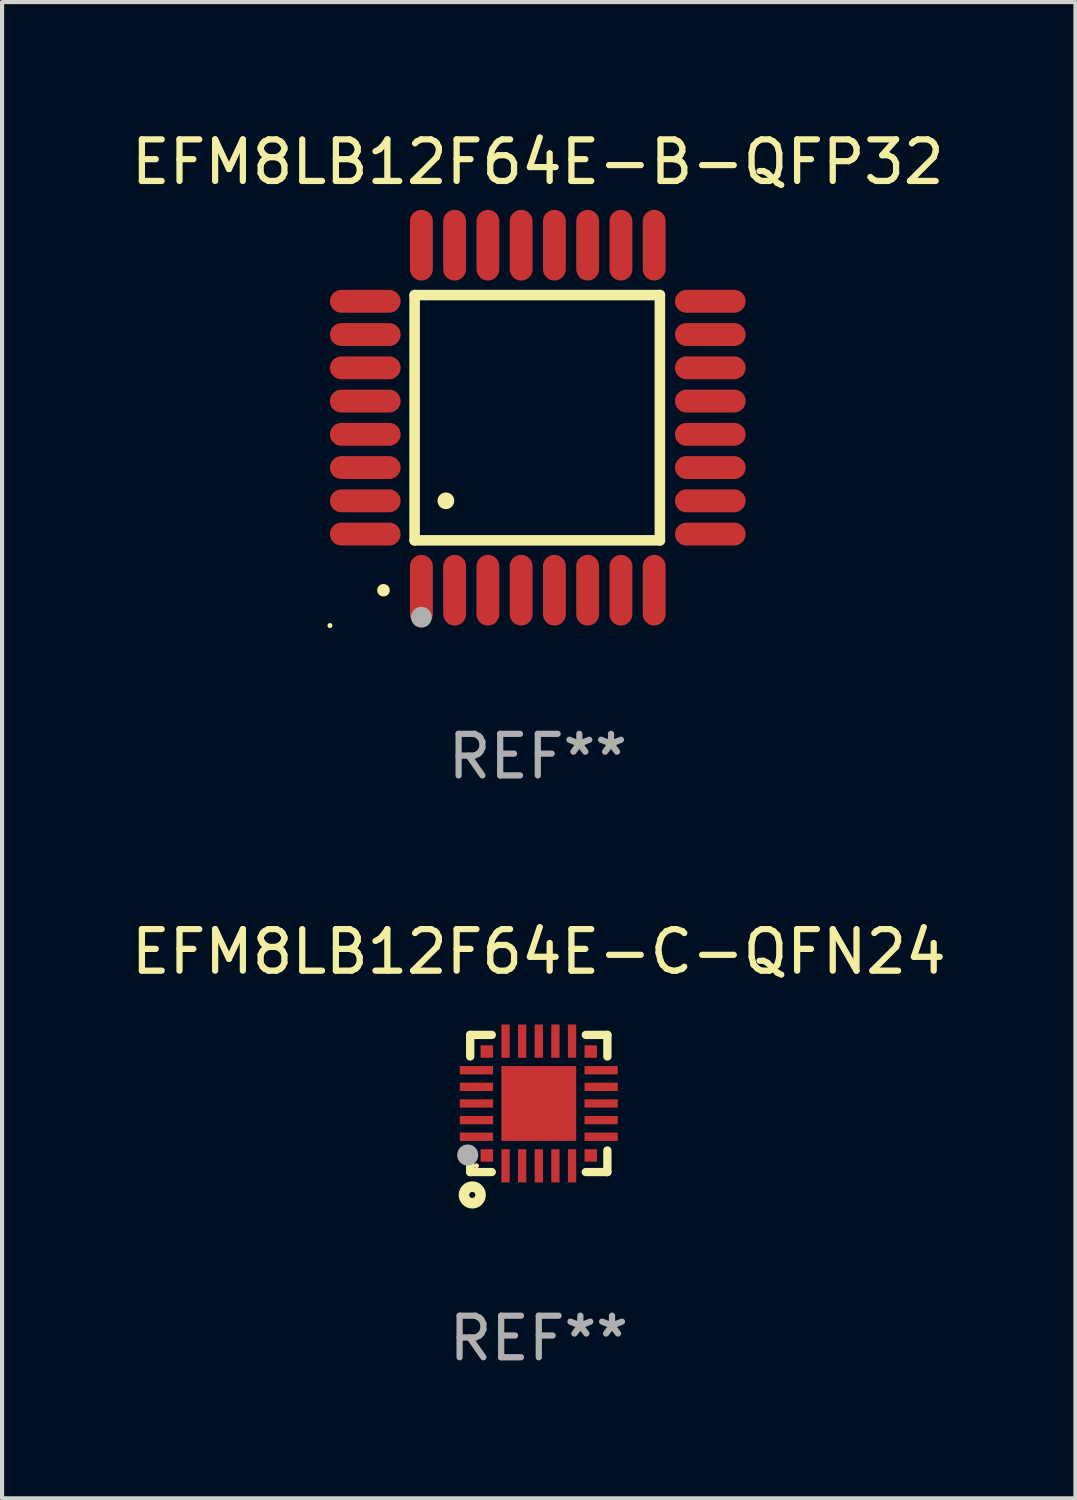
<source format=kicad_pcb>
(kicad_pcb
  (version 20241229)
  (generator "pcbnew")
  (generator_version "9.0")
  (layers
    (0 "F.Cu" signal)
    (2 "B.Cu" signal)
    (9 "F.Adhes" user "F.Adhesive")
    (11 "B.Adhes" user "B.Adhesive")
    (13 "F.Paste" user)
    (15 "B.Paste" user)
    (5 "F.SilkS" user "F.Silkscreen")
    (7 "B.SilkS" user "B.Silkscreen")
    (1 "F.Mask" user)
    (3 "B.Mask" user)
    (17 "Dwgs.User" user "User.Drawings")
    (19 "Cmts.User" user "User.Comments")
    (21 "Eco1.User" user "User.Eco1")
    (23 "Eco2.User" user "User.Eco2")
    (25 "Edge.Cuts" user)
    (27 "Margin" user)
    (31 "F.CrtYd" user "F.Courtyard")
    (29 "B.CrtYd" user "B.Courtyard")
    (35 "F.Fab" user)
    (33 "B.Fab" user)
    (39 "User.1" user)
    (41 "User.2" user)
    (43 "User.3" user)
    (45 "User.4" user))
  (footprint "EFM8LB12F64E-C-QFN24"
    (layer "F.Cu")
    (at 9.911 23.495)
    (property "Reference" "EFM8LB12F64E-C-QFN24" (at 0 -3.65 0) (layer "F.SilkS") (effects (font (size 1 1) (thickness 0.15))))
    (attr through_hole)
    (fp_line (start -1.65 -1.65) (end -1.65 -1.131) (stroke (width 0.2) (type solid)) (layer "F.SilkS"))
    (fp_line (start -1.65 -1.65) (end -1.131 -1.65) (stroke (width 0.2) (type solid)) (layer "F.SilkS"))
    (fp_line (start -1.65 1.131) (end -1.65 1.65) (stroke (width 0.2) (type solid)) (layer "F.SilkS"))
    (fp_line (start -1.65 1.65) (end -1.131 1.65) (stroke (width 0.2) (type solid)) (layer "F.SilkS"))
    (fp_line (start 1.131 -1.65) (end 1.65 -1.65) (stroke (width 0.2) (type solid)) (layer "F.SilkS"))
    (fp_line (start 1.131 1.65) (end 1.65 1.65) (stroke (width 0.2) (type solid)) (layer "F.SilkS"))
    (fp_line (start 1.65 -1.65) (end 1.65 -1.131) (stroke (width 0.2) (type solid)) (layer "F.SilkS"))
    (fp_line (start 1.65 1.131) (end 1.65 1.65) (stroke (width 0.2) (type solid)) (layer "F.SilkS"))
    (fp_circle (center -1.6 2.2) (end -1.4 2.2) (stroke (width 0.254) (type solid)) (fill no) (layer "F.SilkS"))
    (fp_circle (center -1.5 1.5) (end -1.47 1.5) (stroke (width 0.06) (type solid)) (fill no) (layer "F.SilkS"))
    (fp_circle (center -1.71 1.24) (end -1.583 1.24) (stroke (width 0.254) (type solid)) (fill no) (layer "F.Fab"))
    (fp_text user "REF**" (at 0 5.65 0) (layer "F.Fab") (effects (font (size 1 1) (thickness 0.15))))
    (pad "1" smd rect (at -1.25 1.25 90) (size 0.3 0.3) (layers "F.Cu" "F.Mask" "F.Paste"))
    (pad "2" smd rect (at -0.8 1.5) (size 0.2 0.8) (layers "F.Cu" "F.Mask" "F.Paste"))
    (pad "3" smd rect (at -0.4 1.5) (size 0.2 0.8) (layers "F.Cu" "F.Mask" "F.Paste"))
    (pad "4" smd rect (at 0.000051 1.5) (size 0.2 0.8) (layers "F.Cu" "F.Mask" "F.Paste"))
    (pad "5" smd rect (at 0.4 1.5) (size 0.2 0.8) (layers "F.Cu" "F.Mask" "F.Paste"))
    (pad "6" smd rect (at 0.8 1.5) (size 0.2 0.8) (layers "F.Cu" "F.Mask" "F.Paste"))
    (pad "7" smd rect (at 1.25 1.25 90) (size 0.3 0.3) (layers "F.Cu" "F.Mask" "F.Paste"))
    (pad "8" smd rect (at 1.5 0.8) (size 0.8 0.2) (layers "F.Cu" "F.Mask" "F.Paste"))
    (pad "9" smd rect (at 1.5 0.4) (size 0.8 0.2) (layers "F.Cu" "F.Mask" "F.Paste"))
    (pad "10" smd rect (at 1.5 0.000051) (size 0.8 0.2) (layers "F.Cu" "F.Mask" "F.Paste"))
    (pad "11" smd rect (at 1.5 -0.4) (size 0.8 0.2) (layers "F.Cu" "F.Mask" "F.Paste"))
    (pad "12" smd rect (at 1.5 -0.8) (size 0.8 0.2) (layers "F.Cu" "F.Mask" "F.Paste"))
    (pad "13" smd rect (at 1.25 -1.25 270) (size 0.3 0.3) (layers "F.Cu" "F.Mask" "F.Paste"))
    (pad "14" smd rect (at 0.8 -1.5) (size 0.2 0.8) (layers "F.Cu" "F.Mask" "F.Paste"))
    (pad "15" smd rect (at 0.4 -1.5) (size 0.2 0.8) (layers "F.Cu" "F.Mask" "F.Paste"))
    (pad "16" smd rect (at 0.000051 -1.5) (size 0.2 0.8) (layers "F.Cu" "F.Mask" "F.Paste"))
    (pad "17" smd rect (at -0.4 -1.5) (size 0.2 0.8) (layers "F.Cu" "F.Mask" "F.Paste"))
    (pad "18" smd rect (at -0.8 -1.5) (size 0.2 0.8) (layers "F.Cu" "F.Mask" "F.Paste"))
    (pad "19" smd rect (at -1.25 -1.25 90) (size 0.3 0.3) (layers "F.Cu" "F.Mask" "F.Paste"))
    (pad "20" smd rect (at -1.5 -0.8) (size 0.8 0.2) (layers "F.Cu" "F.Mask" "F.Paste"))
    (pad "21" smd rect (at -1.5 -0.4) (size 0.8 0.2) (layers "F.Cu" "F.Mask" "F.Paste"))
    (pad "22" smd rect (at -1.5 0.000051) (size 0.8 0.2) (layers "F.Cu" "F.Mask" "F.Paste"))
    (pad "23" smd rect (at -1.5 0.4) (size 0.8 0.2) (layers "F.Cu" "F.Mask" "F.Paste"))
    (pad "24" smd rect (at -1.5 0.8 180) (size 0.8 0.2) (layers "F.Cu" "F.Mask" "F.Paste"))
    (pad "25" smd rect (at 0.000051 0.000051) (size 1.8 1.8) (layers "F.Cu" "F.Mask" "F.Paste")))
  (footprint "EFM8LB12F64E-B-QFP32"
    (layer "F.Cu")
    (at 9.887 6.998)
    (property "Reference" "EFM8LB12F64E-B-QFP32" (at 0 -6.15 0) (layer "F.SilkS") (effects (font (size 1 1) (thickness 0.15))))
    (attr through_hole)
    (fp_line (start -2.963 -2.95) (end -2.963 2.95) (stroke (width 0.254) (type solid)) (layer "F.SilkS"))
    (fp_line (start -2.963 2.95) (end 2.937 2.95) (stroke (width 0.254) (type solid)) (layer "F.SilkS"))
    (fp_line (start 2.937 -2.95) (end -2.963 -2.95) (stroke (width 0.254) (type solid)) (layer "F.SilkS"))
    (fp_line (start 2.937 2.95) (end 2.937 -2.95) (stroke (width 0.254) (type solid)) (layer "F.SilkS"))
    (fp_arc (start -3.713487 4.150368) (mid -3.712217 4.150363) (end -3.710947 4.150368) (stroke (width 0.3) (type solid)) (layer "F.SilkS"))
    (fp_arc (start -2.212344 1.998984) (mid -2.211074 1.99898) (end -2.209804 1.998984) (stroke (width 0.4) (type solid)) (layer "F.SilkS"))
    (fp_circle (center -5 5) (end -4.97 5) (stroke (width 0.06) (type solid)) (fill no) (layer "F.SilkS"))
    (fp_circle (center -2.8 4.8) (end -2.675 4.8) (stroke (width 0.25) (type solid)) (fill no) (layer "F.Fab"))
    (fp_text user "REF**" (at 0 8.15 0) (layer "F.Fab") (effects (font (size 1 1) (thickness 0.15))))
    (pad "1" smd oval (at -2.8 4.15 180) (size 0.55 1.7) (layers "F.Cu" "F.Mask" "F.Paste"))
    (pad "2" smd oval (at -2 4.15 180) (size 0.55 1.7) (layers "F.Cu" "F.Mask" "F.Paste"))
    (pad "3" smd oval (at -1.2 4.15 180) (size 0.55 1.7) (layers "F.Cu" "F.Mask" "F.Paste"))
    (pad "4" smd oval (at -0.4 4.15 180) (size 0.55 1.7) (layers "F.Cu" "F.Mask" "F.Paste"))
    (pad "5" smd oval (at 0.4 4.15 180) (size 0.55 1.7) (layers "F.Cu" "F.Mask" "F.Paste"))
    (pad "6" smd oval (at 1.2 4.15 180) (size 0.55 1.7) (layers "F.Cu" "F.Mask" "F.Paste"))
    (pad "7" smd oval (at 2 4.15 180) (size 0.55 1.7) (layers "F.Cu" "F.Mask" "F.Paste"))
    (pad "8" smd oval (at 2.8 4.15 180) (size 0.55 1.7) (layers "F.Cu" "F.Mask" "F.Paste"))
    (pad "9" smd oval (at 4.15 2.8 90) (size 0.55 1.7) (layers "F.Cu" "F.Mask" "F.Paste"))
    (pad "10" smd oval (at 4.15 2 90) (size 0.55 1.7) (layers "F.Cu" "F.Mask" "F.Paste"))
    (pad "11" smd oval (at 4.15 1.2 90) (size 0.55 1.7) (layers "F.Cu" "F.Mask" "F.Paste"))
    (pad "12" smd oval (at 4.15 0.4 90) (size 0.55 1.7) (layers "F.Cu" "F.Mask" "F.Paste"))
    (pad "13" smd oval (at 4.15 -0.4 90) (size 0.55 1.7) (layers "F.Cu" "F.Mask" "F.Paste"))
    (pad "14" smd oval (at 4.15 -1.2 90) (size 0.55 1.7) (layers "F.Cu" "F.Mask" "F.Paste"))
    (pad "15" smd oval (at 4.15 -2 90) (size 0.55 1.7) (layers "F.Cu" "F.Mask" "F.Paste"))
    (pad "16" smd oval (at 4.15 -2.8 90) (size 0.55 1.7) (layers "F.Cu" "F.Mask" "F.Paste"))
    (pad "17" smd oval (at 2.8 -4.15 180) (size 0.55 1.7) (layers "F.Cu" "F.Mask" "F.Paste"))
    (pad "18" smd oval (at 2 -4.15 180) (size 0.55 1.7) (layers "F.Cu" "F.Mask" "F.Paste"))
    (pad "19" smd oval (at 1.2 -4.15 180) (size 0.55 1.7) (layers "F.Cu" "F.Mask" "F.Paste"))
    (pad "20" smd oval (at 0.4 -4.15 180) (size 0.55 1.7) (layers "F.Cu" "F.Mask" "F.Paste"))
    (pad "21" smd oval (at -0.4 -4.15 180) (size 0.55 1.7) (layers "F.Cu" "F.Mask" "F.Paste"))
    (pad "22" smd oval (at -1.2 -4.15 180) (size 0.55 1.7) (layers "F.Cu" "F.Mask" "F.Paste"))
    (pad "23" smd oval (at -2 -4.15 180) (size 0.55 1.7) (layers "F.Cu" "F.Mask" "F.Paste"))
    (pad "24" smd oval (at -2.8 -4.15 180) (size 0.55 1.7) (layers "F.Cu" "F.Mask" "F.Paste"))
    (pad "25" smd oval (at -4.15 -2.8 90) (size 0.55 1.7) (layers "F.Cu" "F.Mask" "F.Paste"))
    (pad "26" smd oval (at -4.15 -2 90) (size 0.55 1.7) (layers "F.Cu" "F.Mask" "F.Paste"))
    (pad "27" smd oval (at -4.15 -1.2 90) (size 0.55 1.7) (layers "F.Cu" "F.Mask" "F.Paste"))
    (pad "28" smd oval (at -4.15 -0.4 90) (size 0.55 1.7) (layers "F.Cu" "F.Mask" "F.Paste"))
    (pad "29" smd oval (at -4.15 0.4 90) (size 0.55 1.7) (layers "F.Cu" "F.Mask" "F.Paste"))
    (pad "30" smd oval (at -4.15 1.2 90) (size 0.55 1.7) (layers "F.Cu" "F.Mask" "F.Paste"))
    (pad "31" smd oval (at -4.15 2 90) (size 0.55 1.7) (layers "F.Cu" "F.Mask" "F.Paste"))
    (pad "32" smd oval (at -4.15 2.8 90) (size 0.55 1.7) (layers "F.Cu" "F.Mask" "F.Paste")))
  (gr_rect
    (start -3 -3)
    (end 22.821 32.993)
    (stroke (width 0.1) (type default))
    (fill no)
    (layer "Edge.Cuts")))
</source>
